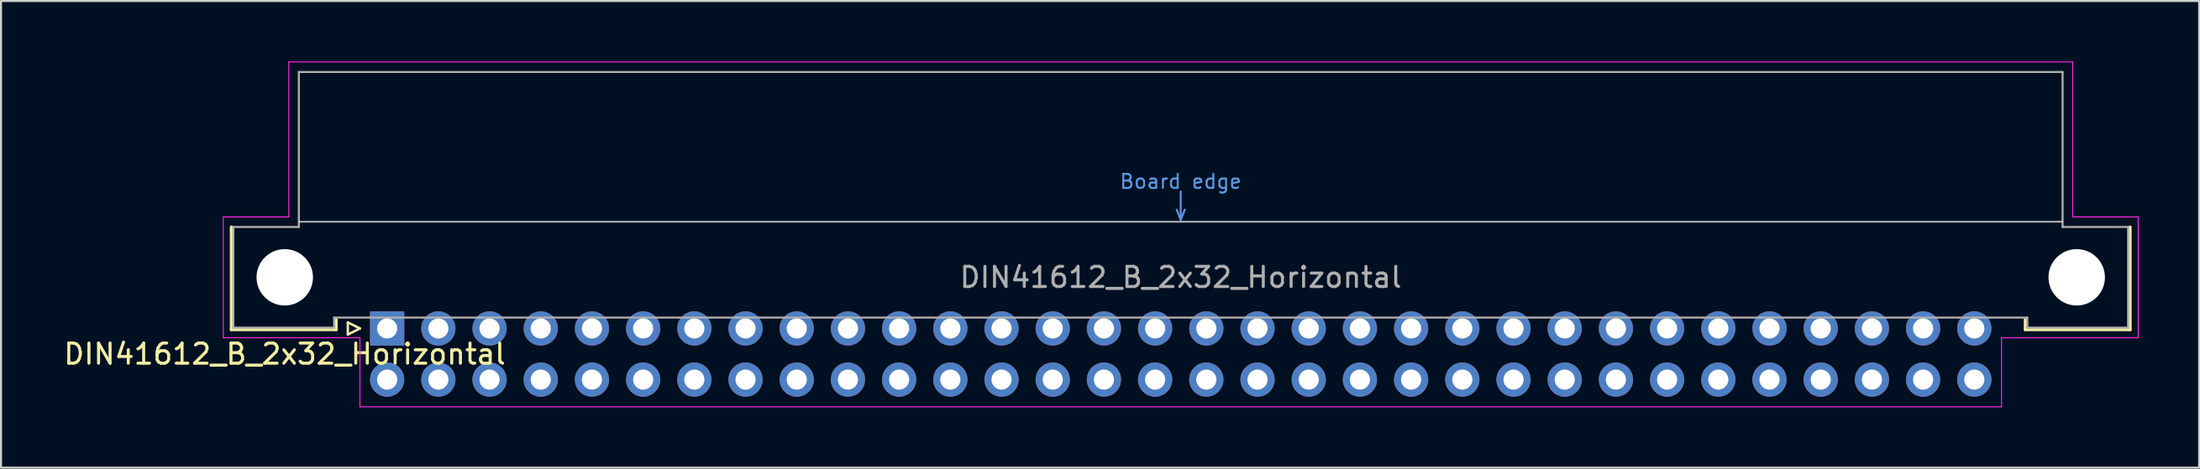
<source format=kicad_pcb>
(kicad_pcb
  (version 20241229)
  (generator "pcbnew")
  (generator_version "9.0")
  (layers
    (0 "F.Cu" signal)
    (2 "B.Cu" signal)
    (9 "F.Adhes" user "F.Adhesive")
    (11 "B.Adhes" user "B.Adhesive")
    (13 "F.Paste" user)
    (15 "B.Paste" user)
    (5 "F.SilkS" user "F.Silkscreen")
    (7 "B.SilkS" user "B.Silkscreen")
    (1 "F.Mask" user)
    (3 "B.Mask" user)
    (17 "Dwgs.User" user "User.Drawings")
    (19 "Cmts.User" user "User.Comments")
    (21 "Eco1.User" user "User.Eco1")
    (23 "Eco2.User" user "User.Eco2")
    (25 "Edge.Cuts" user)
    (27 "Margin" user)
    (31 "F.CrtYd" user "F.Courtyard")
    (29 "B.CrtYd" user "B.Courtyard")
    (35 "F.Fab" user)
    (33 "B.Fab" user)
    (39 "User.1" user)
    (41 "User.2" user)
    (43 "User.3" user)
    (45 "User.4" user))
  (footprint "DIN41612_B_2x32_Horizontal"
    (layer "F.Cu")
    (at 16.157 13.265)
    (property "Reference" "DIN41612_B_2x32_Horizontal" (at -5.08 1.27 0) (layer "F.SilkS") (effects (font (size 1 1) (thickness 0.15))))
    (attr through_hole)
    (fp_line (start -7.73 0.06) (end -7.73 -5.04) (stroke (width 0.15) (type solid)) (layer "F.SilkS"))
    (fp_line (start -2.53 -0.44) (end -2.53 0.06) (stroke (width 0.15) (type solid)) (layer "F.SilkS"))
    (fp_line (start -2.53 0.06) (end -7.73 0.06) (stroke (width 0.15) (type solid)) (layer "F.SilkS"))
    (fp_line (start -1.95 -0.3) (end -1.95 0.3) (stroke (width 0.12) (type solid)) (layer "F.SilkS"))
    (fp_line (start -1.95 0.3) (end -1.35 0) (stroke (width 0.12) (type solid)) (layer "F.SilkS"))
    (fp_line (start -1.35 0) (end -1.95 -0.3) (stroke (width 0.12) (type solid)) (layer "F.SilkS"))
    (fp_line (start 81.27 -0.44) (end 81.27 0.06) (stroke (width 0.15) (type solid)) (layer "F.SilkS"))
    (fp_line (start 81.27 0.06) (end 86.47 0.06) (stroke (width 0.15) (type solid)) (layer "F.SilkS"))
    (fp_line (start 86.47 0.06) (end 86.47 -5.04) (stroke (width 0.15) (type solid)) (layer "F.SilkS"))
    (fp_line (start -4.38 -5.3) (end 83.12 -5.3) (stroke (width 0.08) (type solid)) (layer "Dwgs.User"))
    (fp_line (start 39.17 -5.9) (end 39.37 -5.4) (stroke (width 0.1) (type solid)) (layer "Cmts.User"))
    (fp_line (start 39.37 -6.8) (end 39.37 -5.4) (stroke (width 0.1) (type solid)) (layer "Cmts.User"))
    (fp_line (start 39.37 -5.4) (end 39.57 -5.9) (stroke (width 0.1) (type solid)) (layer "Cmts.User"))
    (fp_line (start -8.13 -5.54) (end -4.88 -5.54) (stroke (width 0.05) (type solid)) (layer "F.CrtYd"))
    (fp_line (start -8.13 0.46) (end -8.13 -5.54) (stroke (width 0.05) (type solid)) (layer "F.CrtYd"))
    (fp_line (start -4.88 -13.24) (end 83.62 -13.24) (stroke (width 0.05) (type solid)) (layer "F.CrtYd"))
    (fp_line (start -4.88 -5.54) (end -4.88 -13.24) (stroke (width 0.05) (type solid)) (layer "F.CrtYd"))
    (fp_line (start -1.35 0.46) (end -8.13 0.46) (stroke (width 0.05) (type solid)) (layer "F.CrtYd"))
    (fp_line (start -1.35 3.89) (end -1.35 0.46) (stroke (width 0.05) (type solid)) (layer "F.CrtYd"))
    (fp_line (start 80.09 0.46) (end 80.09 3.89) (stroke (width 0.05) (type solid)) (layer "F.CrtYd"))
    (fp_line (start 80.09 3.89) (end -1.35 3.89) (stroke (width 0.05) (type solid)) (layer "F.CrtYd"))
    (fp_line (start 80.87 0.46) (end 80.09 0.46) (stroke (width 0.05) (type solid)) (layer "F.CrtYd"))
    (fp_line (start 83.62 -13.24) (end 83.62 -5.54) (stroke (width 0.05) (type solid)) (layer "F.CrtYd"))
    (fp_line (start 83.62 -5.54) (end 86.87 -5.54) (stroke (width 0.05) (type solid)) (layer "F.CrtYd"))
    (fp_line (start 86.87 -5.54) (end 86.87 0.46) (stroke (width 0.05) (type solid)) (layer "F.CrtYd"))
    (fp_line (start 86.87 0.46) (end 80.87 0.46) (stroke (width 0.05) (type solid)) (layer "F.CrtYd"))
    (fp_line (start -7.63 -5.04) (end -4.38 -5.04) (stroke (width 0.1) (type solid)) (layer "F.Fab"))
    (fp_line (start -7.63 -0.04) (end -7.63 -5.04) (stroke (width 0.1) (type solid)) (layer "F.Fab"))
    (fp_line (start -4.38 -12.74) (end 83.12 -12.74) (stroke (width 0.1) (type solid)) (layer "F.Fab"))
    (fp_line (start -4.38 -5.04) (end -4.38 -12.74) (stroke (width 0.1) (type solid)) (layer "F.Fab"))
    (fp_line (start -2.63 -0.54) (end -2.63 -0.04) (stroke (width 0.1) (type solid)) (layer "F.Fab"))
    (fp_line (start -2.63 -0.04) (end -7.63 -0.04) (stroke (width 0.1) (type solid)) (layer "F.Fab"))
    (fp_line (start 81.37 -0.54) (end -2.63 -0.54) (stroke (width 0.1) (type solid)) (layer "F.Fab"))
    (fp_line (start 81.37 -0.04) (end 81.37 -0.54) (stroke (width 0.1) (type solid)) (layer "F.Fab"))
    (fp_line (start 83.12 -12.74) (end 83.12 -5.04) (stroke (width 0.1) (type solid)) (layer "F.Fab"))
    (fp_line (start 83.12 -5.04) (end 86.37 -5.04) (stroke (width 0.1) (type solid)) (layer "F.Fab"))
    (fp_line (start 86.37 -5.04) (end 86.37 -0.04) (stroke (width 0.1) (type solid)) (layer "F.Fab"))
    (fp_line (start 86.37 -0.04) (end 81.37 -0.04) (stroke (width 0.1) (type solid)) (layer "F.Fab"))
    (fp_text user "Board edge" (at 39.37 -7.3 0) (layer "Cmts.User") (effects (font (size 0.7 0.7) (thickness 0.1))))
    (fp_text user "${REFERENCE}" (at 39.37 -2.54 0) (layer "F.Fab") (effects (font (size 1 1) (thickness 0.15))))
    (pad "" np_thru_hole circle (at -5.08 -2.54) (size 2.8 2.8) (drill 2.8) (layers "*.Cu" "*.Mask"))
    (pad "" np_thru_hole circle (at 83.82 -2.54) (size 2.8 2.8) (drill 2.8) (layers "*.Cu" "*.Mask"))
    (pad "1" thru_hole rect (at 0 0) (size 1.7 1.7) (drill 1) (layers "*.Cu" "*.Mask"))
    (pad "2" thru_hole circle (at 2.54 0) (size 1.7 1.7) (drill 1) (layers "*.Cu" "*.Mask"))
    (pad "3" thru_hole circle (at 5.08 0) (size 1.7 1.7) (drill 1) (layers "*.Cu" "*.Mask"))
    (pad "4" thru_hole circle (at 7.62 0) (size 1.7 1.7) (drill 1) (layers "*.Cu" "*.Mask"))
    (pad "5" thru_hole circle (at 10.16 0) (size 1.7 1.7) (drill 1) (layers "*.Cu" "*.Mask"))
    (pad "6" thru_hole circle (at 12.7 0) (size 1.7 1.7) (drill 1) (layers "*.Cu" "*.Mask"))
    (pad "7" thru_hole circle (at 15.24 0) (size 1.7 1.7) (drill 1) (layers "*.Cu" "*.Mask"))
    (pad "8" thru_hole circle (at 17.78 0) (size 1.7 1.7) (drill 1) (layers "*.Cu" "*.Mask"))
    (pad "9" thru_hole circle (at 20.32 0) (size 1.7 1.7) (drill 1) (layers "*.Cu" "*.Mask"))
    (pad "10" thru_hole circle (at 22.86 0) (size 1.7 1.7) (drill 1) (layers "*.Cu" "*.Mask"))
    (pad "11" thru_hole circle (at 25.4 0) (size 1.7 1.7) (drill 1) (layers "*.Cu" "*.Mask"))
    (pad "12" thru_hole circle (at 27.94 0) (size 1.7 1.7) (drill 1) (layers "*.Cu" "*.Mask"))
    (pad "13" thru_hole circle (at 30.48 0) (size 1.7 1.7) (drill 1) (layers "*.Cu" "*.Mask"))
    (pad "14" thru_hole circle (at 33.02 0) (size 1.7 1.7) (drill 1) (layers "*.Cu" "*.Mask"))
    (pad "15" thru_hole circle (at 35.56 0) (size 1.7 1.7) (drill 1) (layers "*.Cu" "*.Mask"))
    (pad "16" thru_hole circle (at 38.1 0) (size 1.7 1.7) (drill 1) (layers "*.Cu" "*.Mask"))
    (pad "17" thru_hole circle (at 40.64 0) (size 1.7 1.7) (drill 1) (layers "*.Cu" "*.Mask"))
    (pad "18" thru_hole circle (at 43.18 0) (size 1.7 1.7) (drill 1) (layers "*.Cu" "*.Mask"))
    (pad "19" thru_hole circle (at 45.72 0) (size 1.7 1.7) (drill 1) (layers "*.Cu" "*.Mask"))
    (pad "20" thru_hole circle (at 48.26 0) (size 1.7 1.7) (drill 1) (layers "*.Cu" "*.Mask"))
    (pad "21" thru_hole circle (at 50.8 0) (size 1.7 1.7) (drill 1) (layers "*.Cu" "*.Mask"))
    (pad "22" thru_hole circle (at 53.34 0) (size 1.7 1.7) (drill 1) (layers "*.Cu" "*.Mask"))
    (pad "23" thru_hole circle (at 55.88 0) (size 1.7 1.7) (drill 1) (layers "*.Cu" "*.Mask"))
    (pad "24" thru_hole circle (at 58.42 0) (size 1.7 1.7) (drill 1) (layers "*.Cu" "*.Mask"))
    (pad "25" thru_hole circle (at 60.96 0) (size 1.7 1.7) (drill 1) (layers "*.Cu" "*.Mask"))
    (pad "26" thru_hole circle (at 63.5 0) (size 1.7 1.7) (drill 1) (layers "*.Cu" "*.Mask"))
    (pad "27" thru_hole circle (at 66.04 0) (size 1.7 1.7) (drill 1) (layers "*.Cu" "*.Mask"))
    (pad "28" thru_hole circle (at 68.58 0) (size 1.7 1.7) (drill 1) (layers "*.Cu" "*.Mask"))
    (pad "29" thru_hole circle (at 71.12 0) (size 1.7 1.7) (drill 1) (layers "*.Cu" "*.Mask"))
    (pad "30" thru_hole circle (at 73.66 0) (size 1.7 1.7) (drill 1) (layers "*.Cu" "*.Mask"))
    (pad "31" thru_hole circle (at 76.2 0) (size 1.7 1.7) (drill 1) (layers "*.Cu" "*.Mask"))
    (pad "32" thru_hole circle (at 78.74 0) (size 1.7 1.7) (drill 1) (layers "*.Cu" "*.Mask"))
    (pad "A" thru_hole circle (at 0 2.54) (size 1.7 1.7) (drill 1) (layers "*.Cu" "*.Mask"))
    (pad "AA" thru_hole circle (at 55.88 2.54) (size 1.7 1.7) (drill 1) (layers "*.Cu" "*.Mask"))
    (pad "AB" thru_hole circle (at 58.42 2.54) (size 1.7 1.7) (drill 1) (layers "*.Cu" "*.Mask"))
    (pad "AC" thru_hole circle (at 60.96 2.54) (size 1.7 1.7) (drill 1) (layers "*.Cu" "*.Mask"))
    (pad "AD" thru_hole circle (at 63.5 2.54) (size 1.7 1.7) (drill 1) (layers "*.Cu" "*.Mask"))
    (pad "AE" thru_hole circle (at 66.04 2.54) (size 1.7 1.7) (drill 1) (layers "*.Cu" "*.Mask"))
    (pad "AF" thru_hole circle (at 68.58 2.54) (size 1.7 1.7) (drill 1) (layers "*.Cu" "*.Mask"))
    (pad "AH" thru_hole circle (at 71.12 2.54) (size 1.7 1.7) (drill 1) (layers "*.Cu" "*.Mask"))
    (pad "AJ" thru_hole circle (at 73.66 2.54) (size 1.7 1.7) (drill 1) (layers "*.Cu" "*.Mask"))
    (pad "AK" thru_hole circle (at 76.2 2.54) (size 1.7 1.7) (drill 1) (layers "*.Cu" "*.Mask"))
    (pad "AL" thru_hole circle (at 78.74 2.54) (size 1.7 1.7) (drill 1) (layers "*.Cu" "*.Mask"))
    (pad "B" thru_hole circle (at 2.54 2.54) (size 1.7 1.7) (drill 1) (layers "*.Cu" "*.Mask"))
    (pad "C" thru_hole circle (at 5.08 2.54) (size 1.7 1.7) (drill 1) (layers "*.Cu" "*.Mask"))
    (pad "D" thru_hole circle (at 7.62 2.54) (size 1.7 1.7) (drill 1) (layers "*.Cu" "*.Mask"))
    (pad "E" thru_hole circle (at 10.16 2.54) (size 1.7 1.7) (drill 1) (layers "*.Cu" "*.Mask"))
    (pad "F" thru_hole circle (at 12.7 2.54) (size 1.7 1.7) (drill 1) (layers "*.Cu" "*.Mask"))
    (pad "H" thru_hole circle (at 15.24 2.54) (size 1.7 1.7) (drill 1) (layers "*.Cu" "*.Mask"))
    (pad "J" thru_hole circle (at 17.78 2.54) (size 1.7 1.7) (drill 1) (layers "*.Cu" "*.Mask"))
    (pad "K" thru_hole circle (at 20.32 2.54) (size 1.7 1.7) (drill 1) (layers "*.Cu" "*.Mask"))
    (pad "L" thru_hole circle (at 22.86 2.54) (size 1.7 1.7) (drill 1) (layers "*.Cu" "*.Mask"))
    (pad "M" thru_hole circle (at 25.4 2.54) (size 1.7 1.7) (drill 1) (layers "*.Cu" "*.Mask"))
    (pad "N" thru_hole circle (at 27.94 2.54) (size 1.7 1.7) (drill 1) (layers "*.Cu" "*.Mask"))
    (pad "P" thru_hole circle (at 30.48 2.54) (size 1.7 1.7) (drill 1) (layers "*.Cu" "*.Mask"))
    (pad "R" thru_hole circle (at 33.02 2.54) (size 1.7 1.7) (drill 1) (layers "*.Cu" "*.Mask"))
    (pad "S" thru_hole circle (at 35.56 2.54) (size 1.7 1.7) (drill 1) (layers "*.Cu" "*.Mask"))
    (pad "T" thru_hole circle (at 38.1 2.54) (size 1.7 1.7) (drill 1) (layers "*.Cu" "*.Mask"))
    (pad "U" thru_hole circle (at 40.64 2.54) (size 1.7 1.7) (drill 1) (layers "*.Cu" "*.Mask"))
    (pad "V" thru_hole circle (at 43.18 2.54) (size 1.7 1.7) (drill 1) (layers "*.Cu" "*.Mask"))
    (pad "W" thru_hole circle (at 45.72 2.54) (size 1.7 1.7) (drill 1) (layers "*.Cu" "*.Mask"))
    (pad "X" thru_hole circle (at 48.26 2.54) (size 1.7 1.7) (drill 1) (layers "*.Cu" "*.Mask"))
    (pad "Y" thru_hole circle (at 50.8 2.54) (size 1.7 1.7) (drill 1) (layers "*.Cu" "*.Mask"))
    (pad "Z" thru_hole circle (at 53.34 2.54) (size 1.7 1.7) (drill 1) (layers "*.Cu" "*.Mask")))
  (gr_rect
    (start -3 -3)
    (end 106.052 20.18)
    (stroke (width 0.1) (type default))
    (fill no)
    (layer "Edge.Cuts")))
</source>
